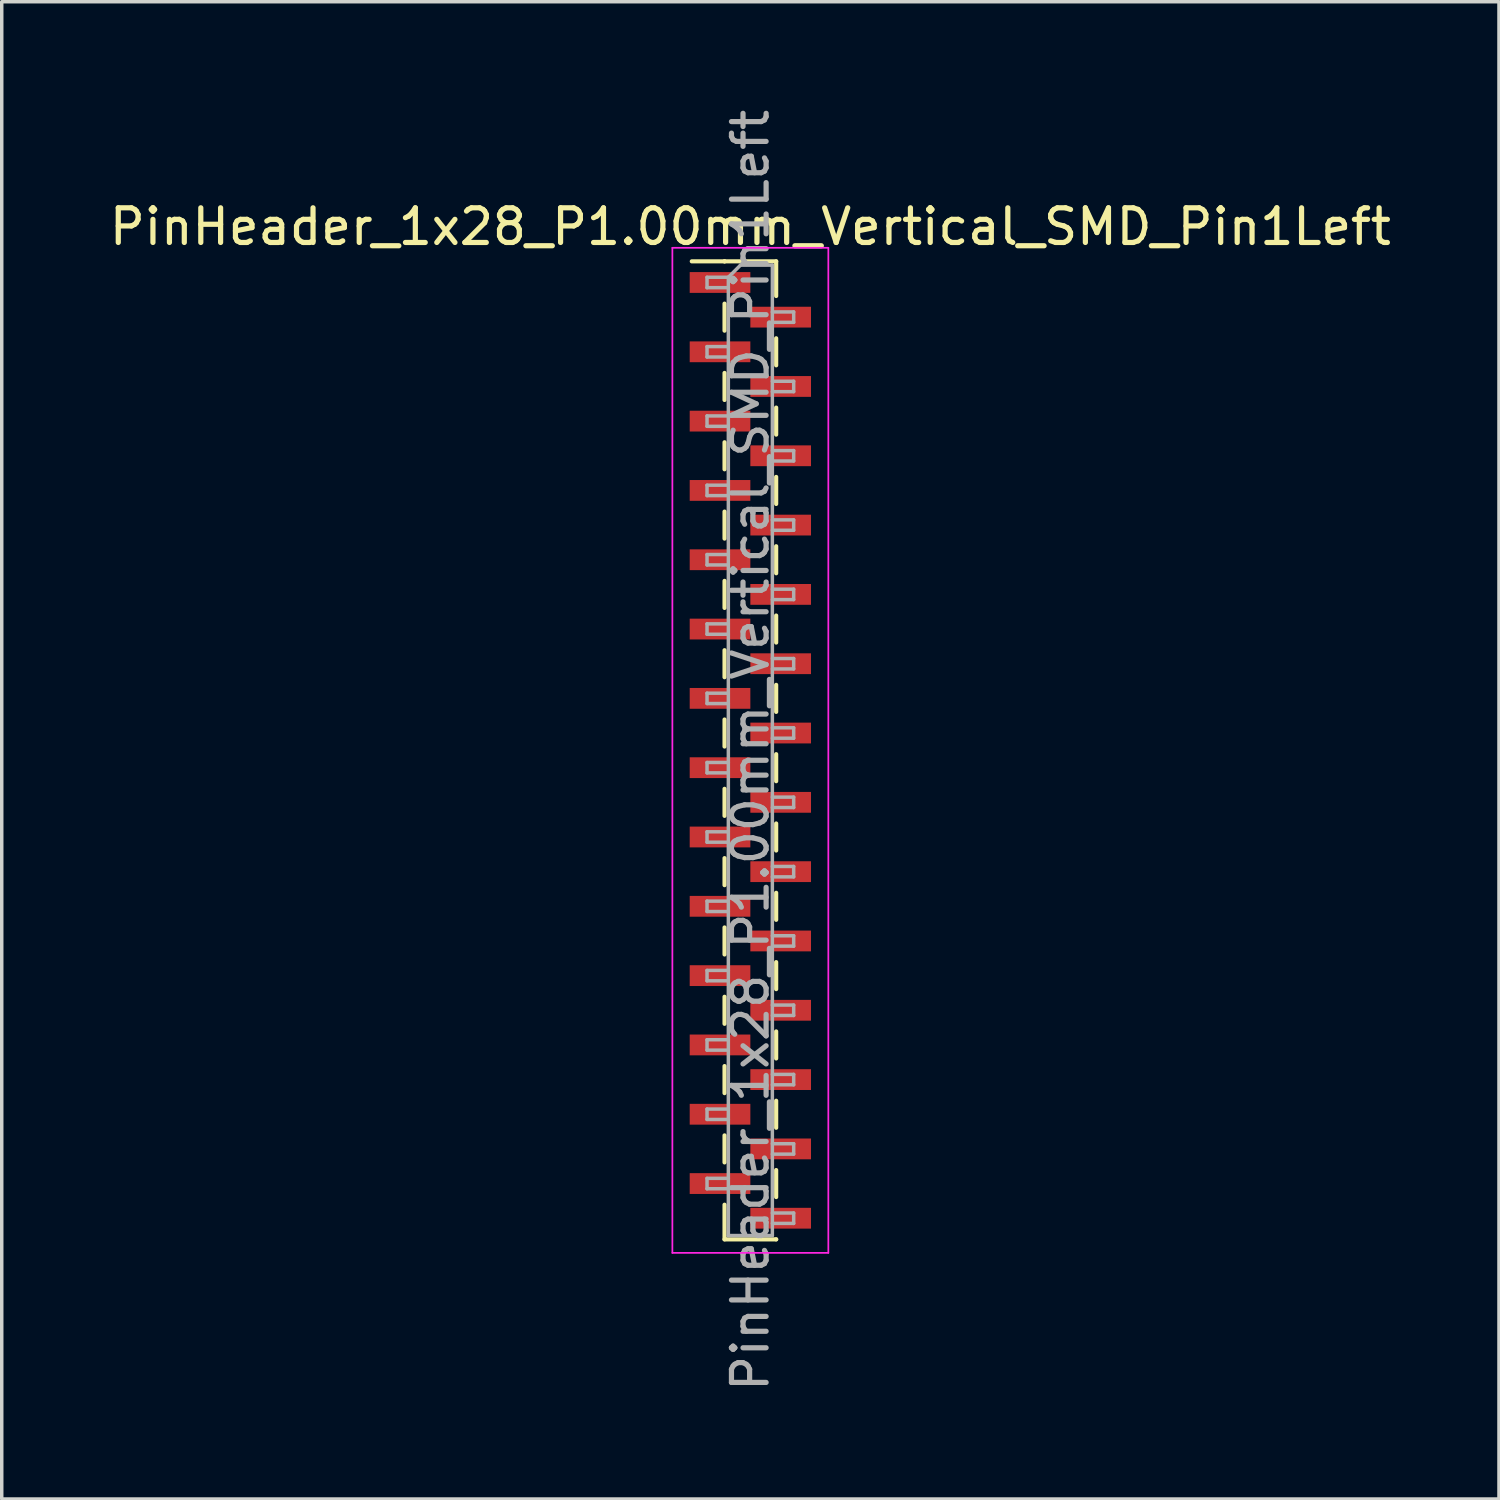
<source format=kicad_pcb>
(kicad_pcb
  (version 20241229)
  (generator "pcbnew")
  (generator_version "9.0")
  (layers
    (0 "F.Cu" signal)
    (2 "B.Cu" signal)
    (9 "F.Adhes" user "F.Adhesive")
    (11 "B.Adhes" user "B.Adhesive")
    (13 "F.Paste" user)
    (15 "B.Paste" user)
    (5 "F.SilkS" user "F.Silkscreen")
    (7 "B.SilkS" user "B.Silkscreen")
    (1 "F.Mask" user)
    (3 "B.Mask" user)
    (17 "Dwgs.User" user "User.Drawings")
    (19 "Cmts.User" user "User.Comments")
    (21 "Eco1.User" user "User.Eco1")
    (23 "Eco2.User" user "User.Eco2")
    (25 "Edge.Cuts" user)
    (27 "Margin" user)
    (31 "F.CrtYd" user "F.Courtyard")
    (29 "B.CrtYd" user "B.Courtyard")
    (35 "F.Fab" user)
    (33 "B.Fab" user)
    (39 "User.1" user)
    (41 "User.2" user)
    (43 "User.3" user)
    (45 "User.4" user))
  (footprint "PinHeader_1x28_P1.00mm_Vertical_SMD_Pin1Left"
    (layer "F.Cu")
    (at 18.601 18.601)
    (property "Reference" "PinHeader_1x28_P1.00mm_Vertical_SMD_Pin1Left" (at 0 -15.11 0) (layer "F.SilkS") (effects (font (size 1 1) (thickness 0.15))))
    (attr smd)
    (fp_line (start -0.745 -14.11) (end -1.69 -14.11) (stroke (width 0.12) (type solid)) (layer "F.SilkS"))
    (fp_line (start -0.745 -14.11) (end -0.745 -14.11) (stroke (width 0.12) (type solid)) (layer "F.SilkS"))
    (fp_line (start -0.745 -14.11) (end 0.745 -14.11) (stroke (width 0.12) (type solid)) (layer "F.SilkS"))
    (fp_line (start -0.745 -12.89) (end -0.745 -12.11) (stroke (width 0.12) (type solid)) (layer "F.SilkS"))
    (fp_line (start -0.745 -10.89) (end -0.745 -10.11) (stroke (width 0.12) (type solid)) (layer "F.SilkS"))
    (fp_line (start -0.745 -8.89) (end -0.745 -8.11) (stroke (width 0.12) (type solid)) (layer "F.SilkS"))
    (fp_line (start -0.745 -6.89) (end -0.745 -6.11) (stroke (width 0.12) (type solid)) (layer "F.SilkS"))
    (fp_line (start -0.745 -4.89) (end -0.745 -4.11) (stroke (width 0.12) (type solid)) (layer "F.SilkS"))
    (fp_line (start -0.745 -2.89) (end -0.745 -2.11) (stroke (width 0.12) (type solid)) (layer "F.SilkS"))
    (fp_line (start -0.745 -0.89) (end -0.745 -0.11) (stroke (width 0.12) (type solid)) (layer "F.SilkS"))
    (fp_line (start -0.745 1.11) (end -0.745 1.89) (stroke (width 0.12) (type solid)) (layer "F.SilkS"))
    (fp_line (start -0.745 3.11) (end -0.745 3.89) (stroke (width 0.12) (type solid)) (layer "F.SilkS"))
    (fp_line (start -0.745 5.11) (end -0.745 5.89) (stroke (width 0.12) (type solid)) (layer "F.SilkS"))
    (fp_line (start -0.745 7.11) (end -0.745 7.89) (stroke (width 0.12) (type solid)) (layer "F.SilkS"))
    (fp_line (start -0.745 9.11) (end -0.745 9.89) (stroke (width 0.12) (type solid)) (layer "F.SilkS"))
    (fp_line (start -0.745 11.11) (end -0.745 11.89) (stroke (width 0.12) (type solid)) (layer "F.SilkS"))
    (fp_line (start -0.745 13.11) (end -0.745 14.11) (stroke (width 0.12) (type solid)) (layer "F.SilkS"))
    (fp_line (start -0.745 14.11) (end 0.745 14.11) (stroke (width 0.12) (type solid)) (layer "F.SilkS"))
    (fp_line (start 0.745 -14.11) (end 0.745 -13.11) (stroke (width 0.12) (type solid)) (layer "F.SilkS"))
    (fp_line (start 0.745 -11.89) (end 0.745 -11.11) (stroke (width 0.12) (type solid)) (layer "F.SilkS"))
    (fp_line (start 0.745 -9.89) (end 0.745 -9.11) (stroke (width 0.12) (type solid)) (layer "F.SilkS"))
    (fp_line (start 0.745 -7.89) (end 0.745 -7.11) (stroke (width 0.12) (type solid)) (layer "F.SilkS"))
    (fp_line (start 0.745 -5.89) (end 0.745 -5.11) (stroke (width 0.12) (type solid)) (layer "F.SilkS"))
    (fp_line (start 0.745 -3.89) (end 0.745 -3.11) (stroke (width 0.12) (type solid)) (layer "F.SilkS"))
    (fp_line (start 0.745 -1.89) (end 0.745 -1.11) (stroke (width 0.12) (type solid)) (layer "F.SilkS"))
    (fp_line (start 0.745 0.11) (end 0.745 0.89) (stroke (width 0.12) (type solid)) (layer "F.SilkS"))
    (fp_line (start 0.745 2.11) (end 0.745 2.89) (stroke (width 0.12) (type solid)) (layer "F.SilkS"))
    (fp_line (start 0.745 4.11) (end 0.745 4.89) (stroke (width 0.12) (type solid)) (layer "F.SilkS"))
    (fp_line (start 0.745 6.11) (end 0.745 6.89) (stroke (width 0.12) (type solid)) (layer "F.SilkS"))
    (fp_line (start 0.745 8.11) (end 0.745 8.89) (stroke (width 0.12) (type solid)) (layer "F.SilkS"))
    (fp_line (start 0.745 10.11) (end 0.745 10.89) (stroke (width 0.12) (type solid)) (layer "F.SilkS"))
    (fp_line (start 0.745 12.11) (end 0.745 12.89) (stroke (width 0.12) (type solid)) (layer "F.SilkS"))
    (fp_line (start 0.745 14.11) (end 0.745 14.11) (stroke (width 0.12) (type solid)) (layer "F.SilkS"))
    (fp_line (start -2.25 -14.5) (end -2.25 14.5) (stroke (width 0.05) (type solid)) (layer "F.CrtYd"))
    (fp_line (start -2.25 14.5) (end 2.25 14.5) (stroke (width 0.05) (type solid)) (layer "F.CrtYd"))
    (fp_line (start 2.25 -14.5) (end -2.25 -14.5) (stroke (width 0.05) (type solid)) (layer "F.CrtYd"))
    (fp_line (start 2.25 14.5) (end 2.25 -14.5) (stroke (width 0.05) (type solid)) (layer "F.CrtYd"))
    (fp_line (start -1.25 -13.65) (end -1.25 -13.35) (stroke (width 0.1) (type solid)) (layer "F.Fab"))
    (fp_line (start -1.25 -13.35) (end -0.635 -13.35) (stroke (width 0.1) (type solid)) (layer "F.Fab"))
    (fp_line (start -1.25 -11.65) (end -1.25 -11.35) (stroke (width 0.1) (type solid)) (layer "F.Fab"))
    (fp_line (start -1.25 -11.35) (end -0.635 -11.35) (stroke (width 0.1) (type solid)) (layer "F.Fab"))
    (fp_line (start -1.25 -9.65) (end -1.25 -9.35) (stroke (width 0.1) (type solid)) (layer "F.Fab"))
    (fp_line (start -1.25 -9.35) (end -0.635 -9.35) (stroke (width 0.1) (type solid)) (layer "F.Fab"))
    (fp_line (start -1.25 -7.65) (end -1.25 -7.35) (stroke (width 0.1) (type solid)) (layer "F.Fab"))
    (fp_line (start -1.25 -7.35) (end -0.635 -7.35) (stroke (width 0.1) (type solid)) (layer "F.Fab"))
    (fp_line (start -1.25 -5.65) (end -1.25 -5.35) (stroke (width 0.1) (type solid)) (layer "F.Fab"))
    (fp_line (start -1.25 -5.35) (end -0.635 -5.35) (stroke (width 0.1) (type solid)) (layer "F.Fab"))
    (fp_line (start -1.25 -3.65) (end -1.25 -3.35) (stroke (width 0.1) (type solid)) (layer "F.Fab"))
    (fp_line (start -1.25 -3.35) (end -0.635 -3.35) (stroke (width 0.1) (type solid)) (layer "F.Fab"))
    (fp_line (start -1.25 -1.65) (end -1.25 -1.35) (stroke (width 0.1) (type solid)) (layer "F.Fab"))
    (fp_line (start -1.25 -1.35) (end -0.635 -1.35) (stroke (width 0.1) (type solid)) (layer "F.Fab"))
    (fp_line (start -1.25 0.35) (end -1.25 0.65) (stroke (width 0.1) (type solid)) (layer "F.Fab"))
    (fp_line (start -1.25 0.65) (end -0.635 0.65) (stroke (width 0.1) (type solid)) (layer "F.Fab"))
    (fp_line (start -1.25 2.35) (end -1.25 2.65) (stroke (width 0.1) (type solid)) (layer "F.Fab"))
    (fp_line (start -1.25 2.65) (end -0.635 2.65) (stroke (width 0.1) (type solid)) (layer "F.Fab"))
    (fp_line (start -1.25 4.35) (end -1.25 4.65) (stroke (width 0.1) (type solid)) (layer "F.Fab"))
    (fp_line (start -1.25 4.65) (end -0.635 4.65) (stroke (width 0.1) (type solid)) (layer "F.Fab"))
    (fp_line (start -1.25 6.35) (end -1.25 6.65) (stroke (width 0.1) (type solid)) (layer "F.Fab"))
    (fp_line (start -1.25 6.65) (end -0.635 6.65) (stroke (width 0.1) (type solid)) (layer "F.Fab"))
    (fp_line (start -1.25 8.35) (end -1.25 8.65) (stroke (width 0.1) (type solid)) (layer "F.Fab"))
    (fp_line (start -1.25 8.65) (end -0.635 8.65) (stroke (width 0.1) (type solid)) (layer "F.Fab"))
    (fp_line (start -1.25 10.35) (end -1.25 10.65) (stroke (width 0.1) (type solid)) (layer "F.Fab"))
    (fp_line (start -1.25 10.65) (end -0.635 10.65) (stroke (width 0.1) (type solid)) (layer "F.Fab"))
    (fp_line (start -1.25 12.35) (end -1.25 12.65) (stroke (width 0.1) (type solid)) (layer "F.Fab"))
    (fp_line (start -1.25 12.65) (end -0.635 12.65) (stroke (width 0.1) (type solid)) (layer "F.Fab"))
    (fp_line (start -0.635 -13.65) (end -1.25 -13.65) (stroke (width 0.1) (type solid)) (layer "F.Fab"))
    (fp_line (start -0.635 -13.65) (end -0.285 -14) (stroke (width 0.1) (type solid)) (layer "F.Fab"))
    (fp_line (start -0.635 -11.65) (end -1.25 -11.65) (stroke (width 0.1) (type solid)) (layer "F.Fab"))
    (fp_line (start -0.635 -9.65) (end -1.25 -9.65) (stroke (width 0.1) (type solid)) (layer "F.Fab"))
    (fp_line (start -0.635 -7.65) (end -1.25 -7.65) (stroke (width 0.1) (type solid)) (layer "F.Fab"))
    (fp_line (start -0.635 -5.65) (end -1.25 -5.65) (stroke (width 0.1) (type solid)) (layer "F.Fab"))
    (fp_line (start -0.635 -3.65) (end -1.25 -3.65) (stroke (width 0.1) (type solid)) (layer "F.Fab"))
    (fp_line (start -0.635 -1.65) (end -1.25 -1.65) (stroke (width 0.1) (type solid)) (layer "F.Fab"))
    (fp_line (start -0.635 0.35) (end -1.25 0.35) (stroke (width 0.1) (type solid)) (layer "F.Fab"))
    (fp_line (start -0.635 2.35) (end -1.25 2.35) (stroke (width 0.1) (type solid)) (layer "F.Fab"))
    (fp_line (start -0.635 4.35) (end -1.25 4.35) (stroke (width 0.1) (type solid)) (layer "F.Fab"))
    (fp_line (start -0.635 6.35) (end -1.25 6.35) (stroke (width 0.1) (type solid)) (layer "F.Fab"))
    (fp_line (start -0.635 8.35) (end -1.25 8.35) (stroke (width 0.1) (type solid)) (layer "F.Fab"))
    (fp_line (start -0.635 10.35) (end -1.25 10.35) (stroke (width 0.1) (type solid)) (layer "F.Fab"))
    (fp_line (start -0.635 12.35) (end -1.25 12.35) (stroke (width 0.1) (type solid)) (layer "F.Fab"))
    (fp_line (start -0.635 14) (end -0.635 -13.65) (stroke (width 0.1) (type solid)) (layer "F.Fab"))
    (fp_line (start -0.285 -14) (end 0.635 -14) (stroke (width 0.1) (type solid)) (layer "F.Fab"))
    (fp_line (start 0.635 -14) (end 0.635 14) (stroke (width 0.1) (type solid)) (layer "F.Fab"))
    (fp_line (start 0.635 -12.65) (end 1.25 -12.65) (stroke (width 0.1) (type solid)) (layer "F.Fab"))
    (fp_line (start 0.635 -10.65) (end 1.25 -10.65) (stroke (width 0.1) (type solid)) (layer "F.Fab"))
    (fp_line (start 0.635 -8.65) (end 1.25 -8.65) (stroke (width 0.1) (type solid)) (layer "F.Fab"))
    (fp_line (start 0.635 -6.65) (end 1.25 -6.65) (stroke (width 0.1) (type solid)) (layer "F.Fab"))
    (fp_line (start 0.635 -4.65) (end 1.25 -4.65) (stroke (width 0.1) (type solid)) (layer "F.Fab"))
    (fp_line (start 0.635 -2.65) (end 1.25 -2.65) (stroke (width 0.1) (type solid)) (layer "F.Fab"))
    (fp_line (start 0.635 -0.65) (end 1.25 -0.65) (stroke (width 0.1) (type solid)) (layer "F.Fab"))
    (fp_line (start 0.635 1.35) (end 1.25 1.35) (stroke (width 0.1) (type solid)) (layer "F.Fab"))
    (fp_line (start 0.635 3.35) (end 1.25 3.35) (stroke (width 0.1) (type solid)) (layer "F.Fab"))
    (fp_line (start 0.635 5.35) (end 1.25 5.35) (stroke (width 0.1) (type solid)) (layer "F.Fab"))
    (fp_line (start 0.635 7.35) (end 1.25 7.35) (stroke (width 0.1) (type solid)) (layer "F.Fab"))
    (fp_line (start 0.635 9.35) (end 1.25 9.35) (stroke (width 0.1) (type solid)) (layer "F.Fab"))
    (fp_line (start 0.635 11.35) (end 1.25 11.35) (stroke (width 0.1) (type solid)) (layer "F.Fab"))
    (fp_line (start 0.635 13.35) (end 1.25 13.35) (stroke (width 0.1) (type solid)) (layer "F.Fab"))
    (fp_line (start 0.635 14) (end -0.635 14) (stroke (width 0.1) (type solid)) (layer "F.Fab"))
    (fp_line (start 1.25 -12.65) (end 1.25 -12.35) (stroke (width 0.1) (type solid)) (layer "F.Fab"))
    (fp_line (start 1.25 -12.35) (end 0.635 -12.35) (stroke (width 0.1) (type solid)) (layer "F.Fab"))
    (fp_line (start 1.25 -10.65) (end 1.25 -10.35) (stroke (width 0.1) (type solid)) (layer "F.Fab"))
    (fp_line (start 1.25 -10.35) (end 0.635 -10.35) (stroke (width 0.1) (type solid)) (layer "F.Fab"))
    (fp_line (start 1.25 -8.65) (end 1.25 -8.35) (stroke (width 0.1) (type solid)) (layer "F.Fab"))
    (fp_line (start 1.25 -8.35) (end 0.635 -8.35) (stroke (width 0.1) (type solid)) (layer "F.Fab"))
    (fp_line (start 1.25 -6.65) (end 1.25 -6.35) (stroke (width 0.1) (type solid)) (layer "F.Fab"))
    (fp_line (start 1.25 -6.35) (end 0.635 -6.35) (stroke (width 0.1) (type solid)) (layer "F.Fab"))
    (fp_line (start 1.25 -4.65) (end 1.25 -4.35) (stroke (width 0.1) (type solid)) (layer "F.Fab"))
    (fp_line (start 1.25 -4.35) (end 0.635 -4.35) (stroke (width 0.1) (type solid)) (layer "F.Fab"))
    (fp_line (start 1.25 -2.65) (end 1.25 -2.35) (stroke (width 0.1) (type solid)) (layer "F.Fab"))
    (fp_line (start 1.25 -2.35) (end 0.635 -2.35) (stroke (width 0.1) (type solid)) (layer "F.Fab"))
    (fp_line (start 1.25 -0.65) (end 1.25 -0.35) (stroke (width 0.1) (type solid)) (layer "F.Fab"))
    (fp_line (start 1.25 -0.35) (end 0.635 -0.35) (stroke (width 0.1) (type solid)) (layer "F.Fab"))
    (fp_line (start 1.25 1.35) (end 1.25 1.65) (stroke (width 0.1) (type solid)) (layer "F.Fab"))
    (fp_line (start 1.25 1.65) (end 0.635 1.65) (stroke (width 0.1) (type solid)) (layer "F.Fab"))
    (fp_line (start 1.25 3.35) (end 1.25 3.65) (stroke (width 0.1) (type solid)) (layer "F.Fab"))
    (fp_line (start 1.25 3.65) (end 0.635 3.65) (stroke (width 0.1) (type solid)) (layer "F.Fab"))
    (fp_line (start 1.25 5.35) (end 1.25 5.65) (stroke (width 0.1) (type solid)) (layer "F.Fab"))
    (fp_line (start 1.25 5.65) (end 0.635 5.65) (stroke (width 0.1) (type solid)) (layer "F.Fab"))
    (fp_line (start 1.25 7.35) (end 1.25 7.65) (stroke (width 0.1) (type solid)) (layer "F.Fab"))
    (fp_line (start 1.25 7.65) (end 0.635 7.65) (stroke (width 0.1) (type solid)) (layer "F.Fab"))
    (fp_line (start 1.25 9.35) (end 1.25 9.65) (stroke (width 0.1) (type solid)) (layer "F.Fab"))
    (fp_line (start 1.25 9.65) (end 0.635 9.65) (stroke (width 0.1) (type solid)) (layer "F.Fab"))
    (fp_line (start 1.25 11.35) (end 1.25 11.65) (stroke (width 0.1) (type solid)) (layer "F.Fab"))
    (fp_line (start 1.25 11.65) (end 0.635 11.65) (stroke (width 0.1) (type solid)) (layer "F.Fab"))
    (fp_line (start 1.25 13.35) (end 1.25 13.65) (stroke (width 0.1) (type solid)) (layer "F.Fab"))
    (fp_line (start 1.25 13.65) (end 0.635 13.65) (stroke (width 0.1) (type solid)) (layer "F.Fab"))
    (fp_text user "${REFERENCE}" (at 0 0 90) (layer "F.Fab") (effects (font (size 1 1) (thickness 0.15))))
    (pad "1" smd rect (at -0.875 -13.5) (size 1.75 0.6) (layers "F.Cu" "F.Mask" "F.Paste"))
    (pad "2" smd rect (at 0.875 -12.5) (size 1.75 0.6) (layers "F.Cu" "F.Mask" "F.Paste"))
    (pad "3" smd rect (at -0.875 -11.5) (size 1.75 0.6) (layers "F.Cu" "F.Mask" "F.Paste"))
    (pad "4" smd rect (at 0.875 -10.5) (size 1.75 0.6) (layers "F.Cu" "F.Mask" "F.Paste"))
    (pad "5" smd rect (at -0.875 -9.5) (size 1.75 0.6) (layers "F.Cu" "F.Mask" "F.Paste"))
    (pad "6" smd rect (at 0.875 -8.5) (size 1.75 0.6) (layers "F.Cu" "F.Mask" "F.Paste"))
    (pad "7" smd rect (at -0.875 -7.5) (size 1.75 0.6) (layers "F.Cu" "F.Mask" "F.Paste"))
    (pad "8" smd rect (at 0.875 -6.5) (size 1.75 0.6) (layers "F.Cu" "F.Mask" "F.Paste"))
    (pad "9" smd rect (at -0.875 -5.5) (size 1.75 0.6) (layers "F.Cu" "F.Mask" "F.Paste"))
    (pad "10" smd rect (at 0.875 -4.5) (size 1.75 0.6) (layers "F.Cu" "F.Mask" "F.Paste"))
    (pad "11" smd rect (at -0.875 -3.5) (size 1.75 0.6) (layers "F.Cu" "F.Mask" "F.Paste"))
    (pad "12" smd rect (at 0.875 -2.5) (size 1.75 0.6) (layers "F.Cu" "F.Mask" "F.Paste"))
    (pad "13" smd rect (at -0.875 -1.5) (size 1.75 0.6) (layers "F.Cu" "F.Mask" "F.Paste"))
    (pad "14" smd rect (at 0.875 -0.5) (size 1.75 0.6) (layers "F.Cu" "F.Mask" "F.Paste"))
    (pad "15" smd rect (at -0.875 0.5) (size 1.75 0.6) (layers "F.Cu" "F.Mask" "F.Paste"))
    (pad "16" smd rect (at 0.875 1.5) (size 1.75 0.6) (layers "F.Cu" "F.Mask" "F.Paste"))
    (pad "17" smd rect (at -0.875 2.5) (size 1.75 0.6) (layers "F.Cu" "F.Mask" "F.Paste"))
    (pad "18" smd rect (at 0.875 3.5) (size 1.75 0.6) (layers "F.Cu" "F.Mask" "F.Paste"))
    (pad "19" smd rect (at -0.875 4.5) (size 1.75 0.6) (layers "F.Cu" "F.Mask" "F.Paste"))
    (pad "20" smd rect (at 0.875 5.5) (size 1.75 0.6) (layers "F.Cu" "F.Mask" "F.Paste"))
    (pad "21" smd rect (at -0.875 6.5) (size 1.75 0.6) (layers "F.Cu" "F.Mask" "F.Paste"))
    (pad "22" smd rect (at 0.875 7.5) (size 1.75 0.6) (layers "F.Cu" "F.Mask" "F.Paste"))
    (pad "23" smd rect (at -0.875 8.5) (size 1.75 0.6) (layers "F.Cu" "F.Mask" "F.Paste"))
    (pad "24" smd rect (at 0.875 9.5) (size 1.75 0.6) (layers "F.Cu" "F.Mask" "F.Paste"))
    (pad "25" smd rect (at -0.875 10.5) (size 1.75 0.6) (layers "F.Cu" "F.Mask" "F.Paste"))
    (pad "26" smd rect (at 0.875 11.5) (size 1.75 0.6) (layers "F.Cu" "F.Mask" "F.Paste"))
    (pad "27" smd rect (at -0.875 12.5) (size 1.75 0.6) (layers "F.Cu" "F.Mask" "F.Paste"))
    (pad "28" smd rect (at 0.875 13.5) (size 1.75 0.6) (layers "F.Cu" "F.Mask" "F.Paste")))
  (gr_rect
    (start -3 -3)
    (end 40.202 40.202)
    (stroke (width 0.1) (type default))
    (fill no)
    (layer "Edge.Cuts")))
</source>
